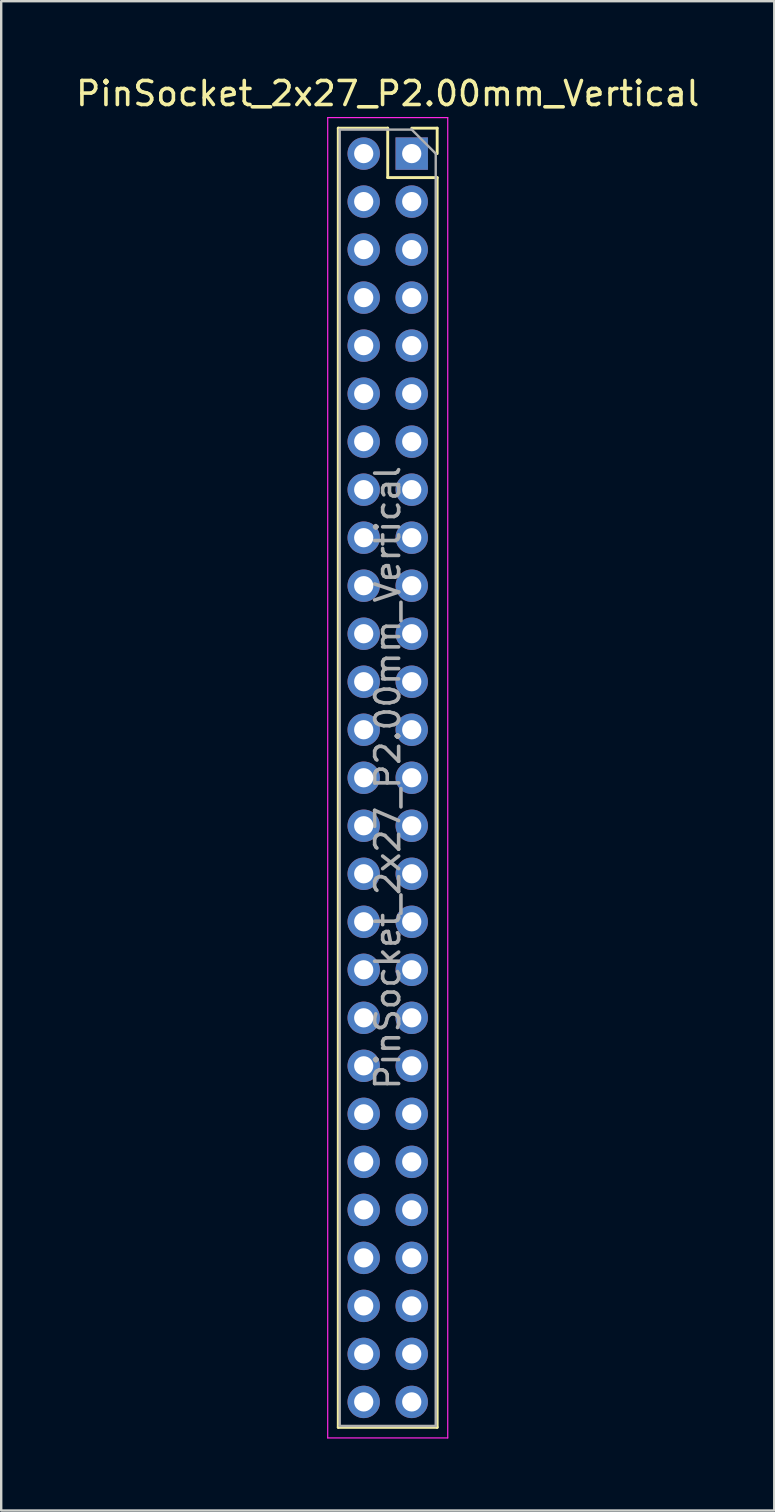
<source format=kicad_pcb>
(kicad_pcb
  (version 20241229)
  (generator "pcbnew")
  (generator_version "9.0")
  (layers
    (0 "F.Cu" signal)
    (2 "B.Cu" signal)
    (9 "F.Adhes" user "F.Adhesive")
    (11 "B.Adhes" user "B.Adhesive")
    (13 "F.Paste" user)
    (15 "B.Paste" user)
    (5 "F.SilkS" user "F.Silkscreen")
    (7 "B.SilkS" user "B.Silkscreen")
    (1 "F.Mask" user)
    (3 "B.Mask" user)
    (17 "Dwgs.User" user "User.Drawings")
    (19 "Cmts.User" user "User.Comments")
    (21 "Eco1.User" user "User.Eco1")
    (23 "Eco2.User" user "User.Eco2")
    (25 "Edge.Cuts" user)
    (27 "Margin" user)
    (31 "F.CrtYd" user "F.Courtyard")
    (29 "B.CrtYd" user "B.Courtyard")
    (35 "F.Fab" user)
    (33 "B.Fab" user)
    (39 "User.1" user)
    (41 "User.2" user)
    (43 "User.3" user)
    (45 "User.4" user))
  (footprint "PinSocket_2x27_P2.00mm_Vertical"
    (layer "F.Cu")
    (at 14.101 3.348)
    (property "Reference" "PinSocket_2x27_P2.00mm_Vertical" (at -1 -2.5 0) (layer "F.SilkS") (effects (font (size 1 1) (thickness 0.15))))
    (attr through_hole)
    (fp_line (start -3.06 -1.06) (end -3.06 53.06) (stroke (width 0.12) (type solid)) (layer "F.SilkS"))
    (fp_line (start -3.06 -1.06) (end -1 -1.06) (stroke (width 0.12) (type solid)) (layer "F.SilkS"))
    (fp_line (start -3.06 53.06) (end 1.06 53.06) (stroke (width 0.12) (type solid)) (layer "F.SilkS"))
    (fp_line (start -1 -1.06) (end -1 1) (stroke (width 0.12) (type solid)) (layer "F.SilkS"))
    (fp_line (start -1 1) (end 1.06 1) (stroke (width 0.12) (type solid)) (layer "F.SilkS"))
    (fp_line (start 0 -1.06) (end 1.06 -1.06) (stroke (width 0.12) (type solid)) (layer "F.SilkS"))
    (fp_line (start 1.06 -1.06) (end 1.06 0) (stroke (width 0.12) (type solid)) (layer "F.SilkS"))
    (fp_line (start 1.06 1) (end 1.06 53.06) (stroke (width 0.12) (type solid)) (layer "F.SilkS"))
    (fp_line (start -3.5 -1.5) (end 1.5 -1.5) (stroke (width 0.05) (type solid)) (layer "F.CrtYd"))
    (fp_line (start -3.5 53.5) (end -3.5 -1.5) (stroke (width 0.05) (type solid)) (layer "F.CrtYd"))
    (fp_line (start 1.5 -1.5) (end 1.5 53.5) (stroke (width 0.05) (type solid)) (layer "F.CrtYd"))
    (fp_line (start 1.5 53.5) (end -3.5 53.5) (stroke (width 0.05) (type solid)) (layer "F.CrtYd"))
    (fp_line (start -3 -1) (end 0 -1) (stroke (width 0.1) (type solid)) (layer "F.Fab"))
    (fp_line (start -3 53) (end -3 -1) (stroke (width 0.1) (type solid)) (layer "F.Fab"))
    (fp_line (start 0 -1) (end 1 0) (stroke (width 0.1) (type solid)) (layer "F.Fab"))
    (fp_line (start 1 0) (end 1 53) (stroke (width 0.1) (type solid)) (layer "F.Fab"))
    (fp_line (start 1 53) (end -3 53) (stroke (width 0.1) (type solid)) (layer "F.Fab"))
    (fp_text user "${REFERENCE}" (at -1 26 90) (layer "F.Fab") (effects (font (size 1 1) (thickness 0.15))))
    (pad "1" thru_hole rect (at 0 0) (size 1.35 1.35) (drill 0.8) (layers "*.Cu" "*.Mask"))
    (pad "2" thru_hole circle (at -2 0) (size 1.35 1.35) (drill 0.8) (layers "*.Cu" "*.Mask"))
    (pad "3" thru_hole circle (at 0 2) (size 1.35 1.35) (drill 0.8) (layers "*.Cu" "*.Mask"))
    (pad "4" thru_hole circle (at -2 2) (size 1.35 1.35) (drill 0.8) (layers "*.Cu" "*.Mask"))
    (pad "5" thru_hole circle (at 0 4) (size 1.35 1.35) (drill 0.8) (layers "*.Cu" "*.Mask"))
    (pad "6" thru_hole circle (at -2 4) (size 1.35 1.35) (drill 0.8) (layers "*.Cu" "*.Mask"))
    (pad "7" thru_hole circle (at 0 6) (size 1.35 1.35) (drill 0.8) (layers "*.Cu" "*.Mask"))
    (pad "8" thru_hole circle (at -2 6) (size 1.35 1.35) (drill 0.8) (layers "*.Cu" "*.Mask"))
    (pad "9" thru_hole circle (at 0 8) (size 1.35 1.35) (drill 0.8) (layers "*.Cu" "*.Mask"))
    (pad "10" thru_hole circle (at -2 8) (size 1.35 1.35) (drill 0.8) (layers "*.Cu" "*.Mask"))
    (pad "11" thru_hole circle (at 0 10) (size 1.35 1.35) (drill 0.8) (layers "*.Cu" "*.Mask"))
    (pad "12" thru_hole circle (at -2 10) (size 1.35 1.35) (drill 0.8) (layers "*.Cu" "*.Mask"))
    (pad "13" thru_hole circle (at 0 12) (size 1.35 1.35) (drill 0.8) (layers "*.Cu" "*.Mask"))
    (pad "14" thru_hole circle (at -2 12) (size 1.35 1.35) (drill 0.8) (layers "*.Cu" "*.Mask"))
    (pad "15" thru_hole circle (at 0 14) (size 1.35 1.35) (drill 0.8) (layers "*.Cu" "*.Mask"))
    (pad "16" thru_hole circle (at -2 14) (size 1.35 1.35) (drill 0.8) (layers "*.Cu" "*.Mask"))
    (pad "17" thru_hole circle (at 0 16) (size 1.35 1.35) (drill 0.8) (layers "*.Cu" "*.Mask"))
    (pad "18" thru_hole circle (at -2 16) (size 1.35 1.35) (drill 0.8) (layers "*.Cu" "*.Mask"))
    (pad "19" thru_hole circle (at 0 18) (size 1.35 1.35) (drill 0.8) (layers "*.Cu" "*.Mask"))
    (pad "20" thru_hole circle (at -2 18) (size 1.35 1.35) (drill 0.8) (layers "*.Cu" "*.Mask"))
    (pad "21" thru_hole circle (at 0 20) (size 1.35 1.35) (drill 0.8) (layers "*.Cu" "*.Mask"))
    (pad "22" thru_hole circle (at -2 20) (size 1.35 1.35) (drill 0.8) (layers "*.Cu" "*.Mask"))
    (pad "23" thru_hole circle (at 0 22) (size 1.35 1.35) (drill 0.8) (layers "*.Cu" "*.Mask"))
    (pad "24" thru_hole circle (at -2 22) (size 1.35 1.35) (drill 0.8) (layers "*.Cu" "*.Mask"))
    (pad "25" thru_hole circle (at 0 24) (size 1.35 1.35) (drill 0.8) (layers "*.Cu" "*.Mask"))
    (pad "26" thru_hole circle (at -2 24) (size 1.35 1.35) (drill 0.8) (layers "*.Cu" "*.Mask"))
    (pad "27" thru_hole circle (at 0 26) (size 1.35 1.35) (drill 0.8) (layers "*.Cu" "*.Mask"))
    (pad "28" thru_hole circle (at -2 26) (size 1.35 1.35) (drill 0.8) (layers "*.Cu" "*.Mask"))
    (pad "29" thru_hole circle (at 0 28) (size 1.35 1.35) (drill 0.8) (layers "*.Cu" "*.Mask"))
    (pad "30" thru_hole circle (at -2 28) (size 1.35 1.35) (drill 0.8) (layers "*.Cu" "*.Mask"))
    (pad "31" thru_hole circle (at 0 30) (size 1.35 1.35) (drill 0.8) (layers "*.Cu" "*.Mask"))
    (pad "32" thru_hole circle (at -2 30) (size 1.35 1.35) (drill 0.8) (layers "*.Cu" "*.Mask"))
    (pad "33" thru_hole circle (at 0 32) (size 1.35 1.35) (drill 0.8) (layers "*.Cu" "*.Mask"))
    (pad "34" thru_hole circle (at -2 32) (size 1.35 1.35) (drill 0.8) (layers "*.Cu" "*.Mask"))
    (pad "35" thru_hole circle (at 0 34) (size 1.35 1.35) (drill 0.8) (layers "*.Cu" "*.Mask"))
    (pad "36" thru_hole circle (at -2 34) (size 1.35 1.35) (drill 0.8) (layers "*.Cu" "*.Mask"))
    (pad "37" thru_hole circle (at 0 36) (size 1.35 1.35) (drill 0.8) (layers "*.Cu" "*.Mask"))
    (pad "38" thru_hole circle (at -2 36) (size 1.35 1.35) (drill 0.8) (layers "*.Cu" "*.Mask"))
    (pad "39" thru_hole circle (at 0 38) (size 1.35 1.35) (drill 0.8) (layers "*.Cu" "*.Mask"))
    (pad "40" thru_hole circle (at -2 38) (size 1.35 1.35) (drill 0.8) (layers "*.Cu" "*.Mask"))
    (pad "41" thru_hole circle (at 0 40) (size 1.35 1.35) (drill 0.8) (layers "*.Cu" "*.Mask"))
    (pad "42" thru_hole circle (at -2 40) (size 1.35 1.35) (drill 0.8) (layers "*.Cu" "*.Mask"))
    (pad "43" thru_hole circle (at 0 42) (size 1.35 1.35) (drill 0.8) (layers "*.Cu" "*.Mask"))
    (pad "44" thru_hole circle (at -2 42) (size 1.35 1.35) (drill 0.8) (layers "*.Cu" "*.Mask"))
    (pad "45" thru_hole circle (at 0 44) (size 1.35 1.35) (drill 0.8) (layers "*.Cu" "*.Mask"))
    (pad "46" thru_hole circle (at -2 44) (size 1.35 1.35) (drill 0.8) (layers "*.Cu" "*.Mask"))
    (pad "47" thru_hole circle (at 0 46) (size 1.35 1.35) (drill 0.8) (layers "*.Cu" "*.Mask"))
    (pad "48" thru_hole circle (at -2 46) (size 1.35 1.35) (drill 0.8) (layers "*.Cu" "*.Mask"))
    (pad "49" thru_hole circle (at 0 48) (size 1.35 1.35) (drill 0.8) (layers "*.Cu" "*.Mask"))
    (pad "50" thru_hole circle (at -2 48) (size 1.35 1.35) (drill 0.8) (layers "*.Cu" "*.Mask"))
    (pad "51" thru_hole circle (at 0 50) (size 1.35 1.35) (drill 0.8) (layers "*.Cu" "*.Mask"))
    (pad "52" thru_hole circle (at -2 50) (size 1.35 1.35) (drill 0.8) (layers "*.Cu" "*.Mask"))
    (pad "53" thru_hole circle (at 0 52) (size 1.35 1.35) (drill 0.8) (layers "*.Cu" "*.Mask"))
    (pad "54" thru_hole circle (at -2 52) (size 1.35 1.35) (drill 0.8) (layers "*.Cu" "*.Mask")))
  (gr_rect
    (start -3 -3)
    (end 29.202 59.873)
    (stroke (width 0.1) (type default))
    (fill no)
    (layer "Edge.Cuts")))
</source>
